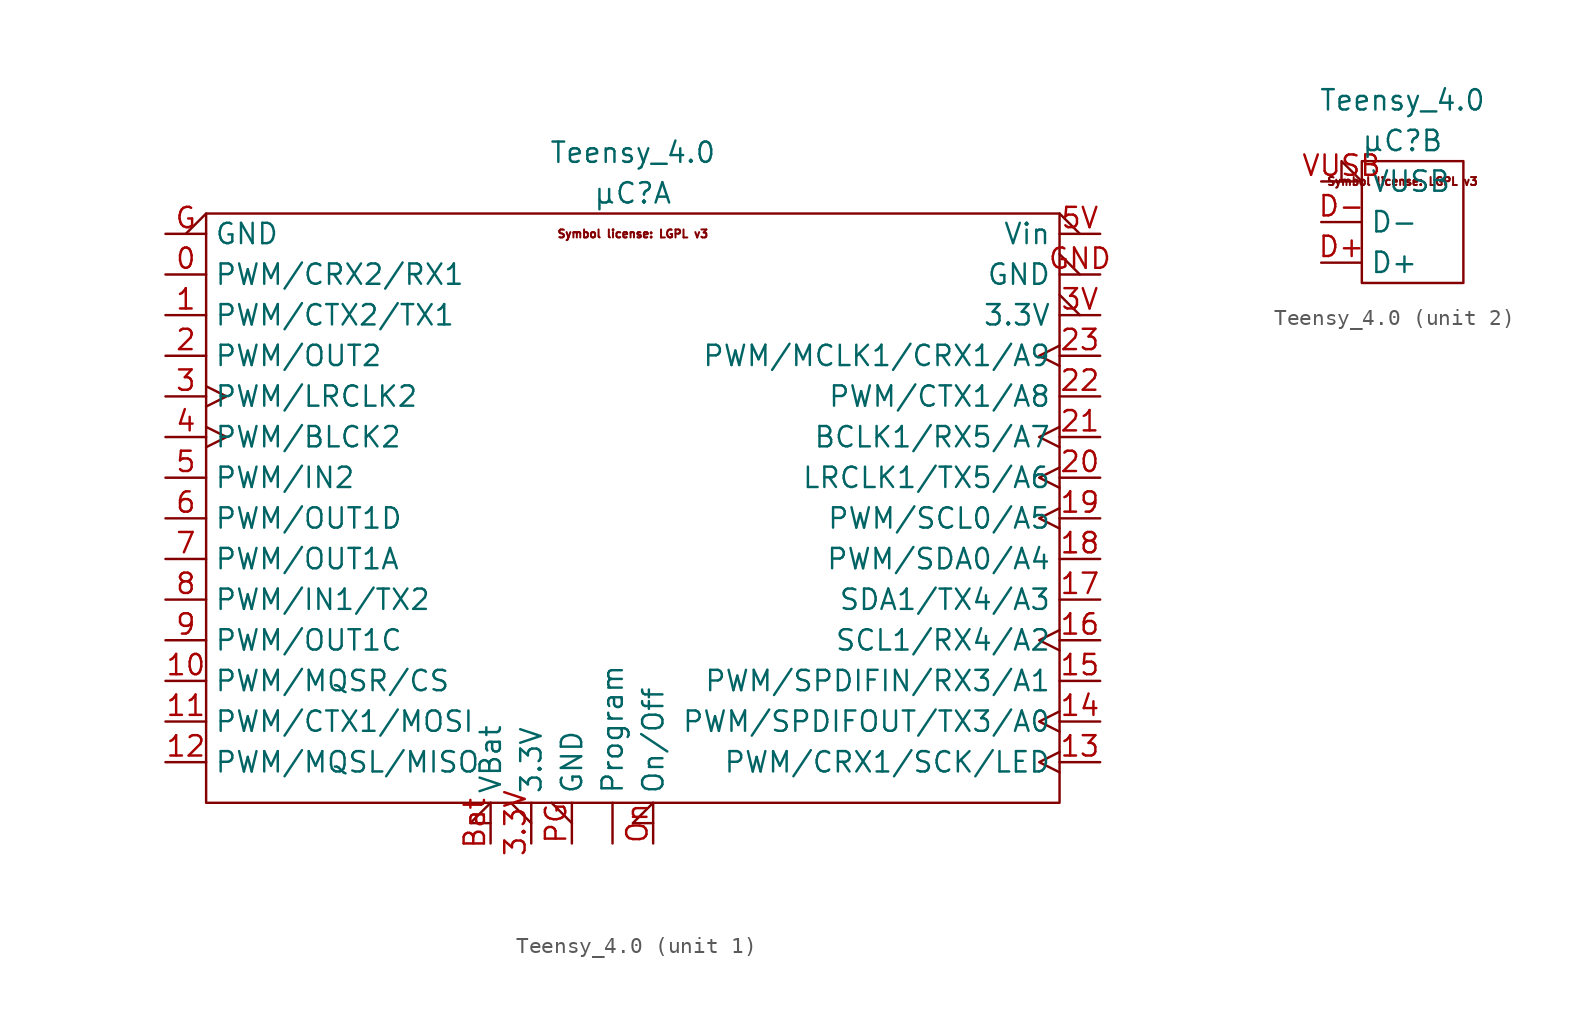
<source format=kicad_sym>
(kicad_symbol_lib
  (version 20211014)
  (generator kicad_symbol_editor)
  (symbol "Teensy_4.0"
    (property "Reference" "μC"
      (at 0 0 0)
      (effects (font (size 1.27 1.27))))
    (property "Value" "Teensy_4.0"
      (at 0 2.54 0)
      (effects (font (size 1.27 1.27))))
    (property "ki_locked" ""
      (at 0 0 0)
      (effects (font (size 1.27 1.27))))
    (symbol "Teensy_4.0_0_0"
      (text "Symbol license: LGPL v3" (at 0 -2.54 0) (effects (font (size 0.5 0.5)))))
    (symbol "Teensy_4.0_1_1"
      (rectangle (start -26.67 -1.27) (end 26.67 -38.1) (stroke (width 0) (type default) (color 0 0 0 0)) (fill (type none)))
      (pin input line (at -1.27 -40.64 90) (length 2.54) (name "Program" (effects (font (size 1.27 1.27)))) (number "" (effects (font (size 1.27 1.27)))))
      (pin bidirectional line (at -29.21 -5.08 0) (length 2.54) (name "PWM/CRX2/RX1" (effects (font (size 1.27 1.27)))) (number "0" (effects (font (size 1.27 1.27)))))
      (pin bidirectional line (at -29.21 -7.62 0) (length 2.54) (name "PWM/CTX2/TX1" (effects (font (size 1.27 1.27)))) (number "1" (effects (font (size 1.27 1.27)))))
      (pin bidirectional line (at -29.21 -30.48 0) (length 2.54) (name "PWM/MQSR/CS" (effects (font (size 1.27 1.27)))) (number "10" (effects (font (size 1.27 1.27)))))
      (pin bidirectional line (at -29.21 -33.02 0) (length 2.54) (name "PWM/CTX1/MOSI" (effects (font (size 1.27 1.27)))) (number "11" (effects (font (size 1.27 1.27)))))
      (pin bidirectional line (at -29.21 -35.56 0) (length 2.54) (name "PWM/MQSL/MISO" (effects (font (size 1.27 1.27)))) (number "12" (effects (font (size 1.27 1.27)))))
      (pin bidirectional clock (at 29.21 -35.56 180) (length 2.54) (name "PWM/CRX1/SCK/LED" (effects (font (size 1.27 1.27)))) (number "13" (effects (font (size 1.27 1.27)))))
      (pin bidirectional clock (at 29.21 -33.02 180) (length 2.54) (name "PWM/SPDIFOUT/TX3/A0" (effects (font (size 1.27 1.27)))) (number "14" (effects (font (size 1.27 1.27)))))
      (pin bidirectional line (at 29.21 -30.48 180) (length 2.54) (name "PWM/SPDIFIN/RX3/A1" (effects (font (size 1.27 1.27)))) (number "15" (effects (font (size 1.27 1.27)))))
      (pin bidirectional clock (at 29.21 -27.94 180) (length 2.54) (name "SCL1/RX4/A2" (effects (font (size 1.27 1.27)))) (number "16" (effects (font (size 1.27 1.27)))))
      (pin bidirectional line (at 29.21 -25.4 180) (length 2.54) (name "SDA1/TX4/A3" (effects (font (size 1.27 1.27)))) (number "17" (effects (font (size 1.27 1.27)))))
      (pin bidirectional line (at 29.21 -22.86 180) (length 2.54) (name "PWM/SDA0/A4" (effects (font (size 1.27 1.27)))) (number "18" (effects (font (size 1.27 1.27)))))
      (pin bidirectional clock (at 29.21 -20.32 180) (length 2.54) (name "PWM/SCL0/A5" (effects (font (size 1.27 1.27)))) (number "19" (effects (font (size 1.27 1.27)))))
      (pin bidirectional line (at -29.21 -10.16 0) (length 2.54) (name "PWM/OUT2" (effects (font (size 1.27 1.27)))) (number "2" (effects (font (size 1.27 1.27)))))
      (pin bidirectional clock (at 29.21 -17.78 180) (length 2.54) (name "LRCLK1/TX5/A6" (effects (font (size 1.27 1.27)))) (number "20" (effects (font (size 1.27 1.27)))))
      (pin bidirectional clock (at 29.21 -15.24 180) (length 2.54) (name "BCLK1/RX5/A7" (effects (font (size 1.27 1.27)))) (number "21" (effects (font (size 1.27 1.27)))))
      (pin bidirectional line (at 29.21 -12.7 180) (length 2.54) (name "PWM/CTX1/A8" (effects (font (size 1.27 1.27)))) (number "22" (effects (font (size 1.27 1.27)))))
      (pin bidirectional clock (at 29.21 -10.16 180) (length 2.54) (name "PWM/MCLK1/CRX1/A9" (effects (font (size 1.27 1.27)))) (number "23" (effects (font (size 1.27 1.27)))))
      (pin bidirectional clock (at -29.21 -12.7 0) (length 2.54) (name "PWM/LRCLK2" (effects (font (size 1.27 1.27)))) (number "3" (effects (font (size 1.27 1.27)))))
      (pin power_in output_low (at -6.35 -40.64 90) (length 2.54) (name "3.3V" (effects (font (size 1.27 1.27)))) (number "3.3V" (effects (font (size 1.27 1.27)))))
      (pin power_in output_low (at 29.21 -7.62 180) (length 2.54) (name "3.3V" (effects (font (size 1.27 1.27)))) (number "3V" (effects (font (size 1.27 1.27)))))
      (pin bidirectional clock (at -29.21 -15.24 0) (length 2.54) (name "PWM/BLCK2" (effects (font (size 1.27 1.27)))) (number "4" (effects (font (size 1.27 1.27)))))
      (pin bidirectional line (at -29.21 -17.78 0) (length 2.54) (name "PWM/IN2" (effects (font (size 1.27 1.27)))) (number "5" (effects (font (size 1.27 1.27)))))
      (pin power_in output_low (at 29.21 -2.54 180) (length 2.54) (name "Vin" (effects (font (size 1.27 1.27)))) (number "5V" (effects (font (size 1.27 1.27)))))
      (pin bidirectional line (at -29.21 -20.32 0) (length 2.54) (name "PWM/OUT1D" (effects (font (size 1.27 1.27)))) (number "6" (effects (font (size 1.27 1.27)))))
      (pin bidirectional line (at -29.21 -22.86 0) (length 2.54) (name "PWM/OUT1A" (effects (font (size 1.27 1.27)))) (number "7" (effects (font (size 1.27 1.27)))))
      (pin bidirectional line (at -29.21 -25.4 0) (length 2.54) (name "PWM/IN1/TX2" (effects (font (size 1.27 1.27)))) (number "8" (effects (font (size 1.27 1.27)))))
      (pin bidirectional line (at -29.21 -27.94 0) (length 2.54) (name "PWM/OUT1C" (effects (font (size 1.27 1.27)))) (number "9" (effects (font (size 1.27 1.27)))))
      (pin power_in input_low (at -8.89 -40.64 90) (length 2.54) (name "VBat" (effects (font (size 1.27 1.27)))) (number "Bat" (effects (font (size 1.27 1.27)))))
      (pin power_in output_low (at -29.21 -2.54 0) (length 2.54) (name "GND" (effects (font (size 1.27 1.27)))) (number "G" (effects (font (size 1.27 1.27)))))
      (pin power_in output_low (at 29.21 -5.08 180) (length 2.54) (name "GND" (effects (font (size 1.27 1.27)))) (number "GND" (effects (font (size 1.27 1.27)))))
      (pin input input_low (at 1.27 -40.64 90) (length 2.54) (name "On/Off" (effects (font (size 1.27 1.27)))) (number "On" (effects (font (size 1.27 1.27)))))
      (pin power_in output_low (at -3.81 -40.64 90) (length 2.54) (name "GND" (effects (font (size 1.27 1.27)))) (number "PG" (effects (font (size 1.27 1.27))))))
    (symbol "Teensy_4.0_2_1"
      (rectangle (start -2.54 -1.27) (end 3.81 -8.89) (stroke (width 0) (type default) (color 0 0 0 0)) (fill (type none)))
      (pin bidirectional line (at -5.08 -7.62 0) (length 2.54) (name "D+" (effects (font (size 1.27 1.27)))) (number "D+" (effects (font (size 1.27 1.27)))))
      (pin bidirectional line (at -5.08 -5.08 0) (length 2.54) (name "D-" (effects (font (size 1.27 1.27)))) (number "D-" (effects (font (size 1.27 1.27)))))
      (pin power_in input_low (at -5.08 -2.54 0) (length 2.54) (name "VUSB" (effects (font (size 1.27 1.27)))) (number "VUSB" (effects (font (size 1.27 1.27))))))))
</source>
